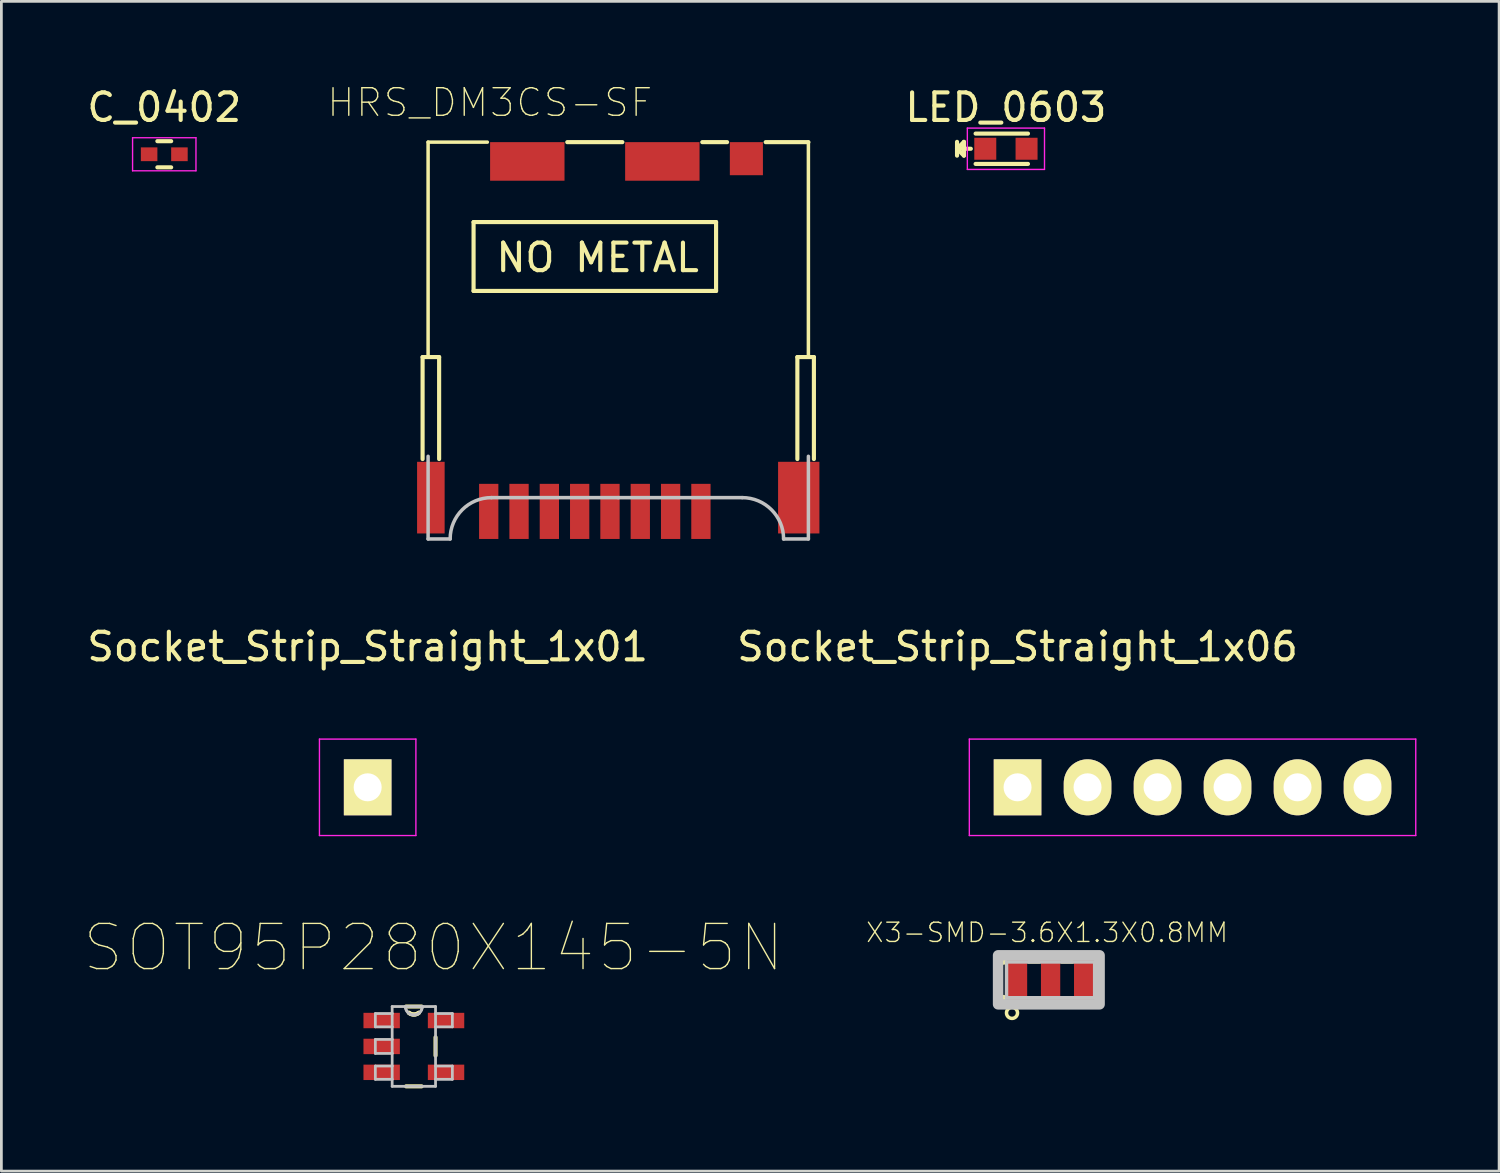
<source format=kicad_pcb>
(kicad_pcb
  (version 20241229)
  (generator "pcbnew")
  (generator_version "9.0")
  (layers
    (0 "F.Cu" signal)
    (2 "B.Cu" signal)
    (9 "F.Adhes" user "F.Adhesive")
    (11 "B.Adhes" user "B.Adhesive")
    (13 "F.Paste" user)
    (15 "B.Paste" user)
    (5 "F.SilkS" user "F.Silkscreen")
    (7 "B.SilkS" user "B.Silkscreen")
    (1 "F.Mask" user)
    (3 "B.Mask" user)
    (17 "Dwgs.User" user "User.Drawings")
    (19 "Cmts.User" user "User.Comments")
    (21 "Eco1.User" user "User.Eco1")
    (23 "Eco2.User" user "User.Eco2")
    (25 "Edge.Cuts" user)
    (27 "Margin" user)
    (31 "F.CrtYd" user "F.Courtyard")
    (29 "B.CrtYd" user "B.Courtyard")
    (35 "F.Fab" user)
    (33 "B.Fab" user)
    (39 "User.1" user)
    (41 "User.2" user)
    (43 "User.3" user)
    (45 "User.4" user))
  (footprint "SOT95P280X145-5N"
    (layer "F.Cu")
    (at 11.968 34.923)
    (property "Reference" "SOT95P280X145-5N" (at 0.711 -3.581 0) (layer "F.SilkS") (effects (font (size 1.64 1.64) (thickness 0.05))))
    (attr smd)
    (fp_line (start -0.279 1.448) (end 0.279 1.448) (stroke (width 0.152) (type solid)) (layer "F.SilkS"))
    (fp_line (start 0.279 -1.448) (end -0.279 -1.448) (stroke (width 0.152) (type solid)) (layer "F.SilkS"))
    (fp_line (start 0.787 0.33) (end 0.787 -0.33) (stroke (width 0.152) (type solid)) (layer "F.SilkS"))
    (fp_arc (start 0.177796 -1.219197) (mid -0.000002 -1.157978) (end -0.1778 -1.2192) (stroke (width 0.1524) (type solid)) (layer "F.SilkS"))
    (fp_arc (start 0.177796 -1.219197) (mid -0.000002 -1.157978) (end -0.1778 -1.2192) (stroke (width 0.1524) (type solid)) (layer "F.SilkS"))
    (fp_line (start -1.397 -1.194) (end -1.397 -0.711) (stroke (width 0.1) (type solid)) (layer "Dwgs.User"))
    (fp_line (start -1.397 -0.711) (end -0.787 -0.711) (stroke (width 0.1) (type solid)) (layer "Dwgs.User"))
    (fp_line (start -1.397 -0.254) (end -1.397 0.254) (stroke (width 0.1) (type solid)) (layer "Dwgs.User"))
    (fp_line (start -1.397 0.254) (end -0.787 0.254) (stroke (width 0.1) (type solid)) (layer "Dwgs.User"))
    (fp_line (start -1.397 0.711) (end -1.397 1.194) (stroke (width 0.1) (type solid)) (layer "Dwgs.User"))
    (fp_line (start -1.397 1.194) (end -0.787 1.194) (stroke (width 0.1) (type solid)) (layer "Dwgs.User"))
    (fp_line (start -0.787 -1.448) (end -0.787 -1.194) (stroke (width 0.1) (type solid)) (layer "Dwgs.User"))
    (fp_line (start -0.787 -1.194) (end -1.397 -1.194) (stroke (width 0.1) (type solid)) (layer "Dwgs.User"))
    (fp_line (start -0.787 -0.711) (end -0.787 -1.194) (stroke (width 0.1) (type solid)) (layer "Dwgs.User"))
    (fp_line (start -0.787 -0.711) (end -0.787 -0.254) (stroke (width 0.1) (type solid)) (layer "Dwgs.User"))
    (fp_line (start -0.787 -0.254) (end -1.397 -0.254) (stroke (width 0.1) (type solid)) (layer "Dwgs.User"))
    (fp_line (start -0.787 0.254) (end -0.787 -0.254) (stroke (width 0.1) (type solid)) (layer "Dwgs.User"))
    (fp_line (start -0.787 0.254) (end -0.787 0.711) (stroke (width 0.1) (type solid)) (layer "Dwgs.User"))
    (fp_line (start -0.787 0.711) (end -1.397 0.711) (stroke (width 0.1) (type solid)) (layer "Dwgs.User"))
    (fp_line (start -0.787 1.194) (end -0.787 0.711) (stroke (width 0.1) (type solid)) (layer "Dwgs.User"))
    (fp_line (start -0.787 1.448) (end -0.787 1.194) (stroke (width 0.1) (type solid)) (layer "Dwgs.User"))
    (fp_line (start -0.787 1.448) (end 0.787 1.448) (stroke (width 0.1) (type solid)) (layer "Dwgs.User"))
    (fp_line (start -0.305 -1.448) (end -0.787 -1.448) (stroke (width 0.1) (type solid)) (layer "Dwgs.User"))
    (fp_line (start 0.305 -1.448) (end -0.305 -1.448) (stroke (width 0.1) (type solid)) (layer "Dwgs.User"))
    (fp_line (start 0.787 -1.448) (end 0.305 -1.448) (stroke (width 0.1) (type solid)) (layer "Dwgs.User"))
    (fp_line (start 0.787 -1.448) (end 0.787 -1.194) (stroke (width 0.1) (type solid)) (layer "Dwgs.User"))
    (fp_line (start 0.787 -1.194) (end 0.787 -0.711) (stroke (width 0.1) (type solid)) (layer "Dwgs.User"))
    (fp_line (start 0.787 -0.711) (end 1.397 -0.711) (stroke (width 0.1) (type solid)) (layer "Dwgs.User"))
    (fp_line (start 0.787 0.711) (end 0.787 -0.711) (stroke (width 0.1) (type solid)) (layer "Dwgs.User"))
    (fp_line (start 0.787 0.711) (end 0.787 1.194) (stroke (width 0.1) (type solid)) (layer "Dwgs.User"))
    (fp_line (start 0.787 1.194) (end 1.397 1.194) (stroke (width 0.1) (type solid)) (layer "Dwgs.User"))
    (fp_line (start 0.787 1.448) (end 0.787 1.194) (stroke (width 0.1) (type solid)) (layer "Dwgs.User"))
    (fp_line (start 1.397 -1.194) (end 0.787 -1.194) (stroke (width 0.1) (type solid)) (layer "Dwgs.User"))
    (fp_line (start 1.397 -0.711) (end 1.397 -1.194) (stroke (width 0.1) (type solid)) (layer "Dwgs.User"))
    (fp_line (start 1.397 0.711) (end 0.787 0.711) (stroke (width 0.1) (type solid)) (layer "Dwgs.User"))
    (fp_line (start 1.397 1.194) (end 1.397 0.711) (stroke (width 0.1) (type solid)) (layer "Dwgs.User"))
    (fp_arc (start 0.3048 -1.4478) (mid 0 -1.143) (end -0.3048 -1.4478) (stroke (width 0.1) (type solid)) (layer "Dwgs.User"))
    (fp_arc (start 0.3048 -1.4478) (mid 0 -1.143) (end -0.3048 -1.4478) (stroke (width 0.1) (type solid)) (layer "Dwgs.User"))
    (pad "1" smd rect (at -1.168 -0.94) (size 1.321 0.559) (layers "F.Cu" "F.Mask" "F.Paste"))
    (pad "2" smd rect (at -1.168 0) (size 1.321 0.559) (layers "F.Cu" "F.Mask" "F.Paste"))
    (pad "3" smd rect (at -1.168 0.94) (size 1.321 0.559) (layers "F.Cu" "F.Mask" "F.Paste"))
    (pad "4" smd rect (at 1.168 0.94) (size 1.321 0.559) (layers "F.Cu" "F.Mask" "F.Paste"))
    (pad "5" smd rect (at 1.168 -0.94) (size 1.321 0.559) (layers "F.Cu" "F.Mask" "F.Paste")))
  (footprint "Socket_Strip_Straight_1x06"
    (layer "F.Cu")
    (at 33.875 25.52)
    (property "Reference" "Socket_Strip_Straight_1x06" (at 0 -5.1 0) (layer "F.SilkS") (effects (font (size 1 1) (thickness 0.15))))
    (attr through_hole)
    (fp_line (start -1.75 -1.75) (end -1.75 1.75) (stroke (width 0.05) (type solid)) (layer "F.CrtYd"))
    (fp_line (start -1.75 -1.75) (end 14.45 -1.75) (stroke (width 0.05) (type solid)) (layer "F.CrtYd"))
    (fp_line (start -1.75 1.75) (end 14.45 1.75) (stroke (width 0.05) (type solid)) (layer "F.CrtYd"))
    (fp_line (start 14.45 -1.75) (end 14.45 1.75) (stroke (width 0.05) (type solid)) (layer "F.CrtYd"))
    (pad "1" thru_hole rect (at 0 0) (size 1.727 2.032) (drill 1.016) (layers "*.Cu" "*.Mask" "F.SilkS"))
    (pad "2" thru_hole oval (at 2.54 0) (size 1.727 2.032) (drill 1.016) (layers "*.Cu" "*.Mask" "F.SilkS"))
    (pad "3" thru_hole oval (at 5.08 0) (size 1.727 2.032) (drill 1.016) (layers "*.Cu" "*.Mask" "F.SilkS"))
    (pad "4" thru_hole oval (at 7.62 0) (size 1.727 2.032) (drill 1.016) (layers "*.Cu" "*.Mask" "F.SilkS"))
    (pad "5" thru_hole oval (at 10.16 0) (size 1.727 2.032) (drill 1.016) (layers "*.Cu" "*.Mask" "F.SilkS"))
    (pad "6" thru_hole oval (at 12.7 0) (size 1.727 2.032) (drill 1.016) (layers "*.Cu" "*.Mask" "F.SilkS")))
  (footprint "HRS_DM3CS-SF"
    (layer "F.Cu")
    (at 22.385 2.108)
    (property "Reference" "HRS_DM3CS-SF" (at -7.66 -1.435 0) (layer "F.SilkS") (effects (font (size 1 1) (thickness 0.05))))
    (attr smd)
    (fp_line (start -10.1 7.8) (end -10.1 11.5) (stroke (width 0.15) (type solid)) (layer "F.SilkS"))
    (fp_line (start -10.1 7.8) (end -9.5 7.8) (stroke (width 0.15) (type solid)) (layer "F.SilkS"))
    (fp_line (start -9.9 0) (end -7.75 0) (stroke (width 0.127) (type solid)) (layer "F.SilkS"))
    (fp_line (start -9.9 7.8) (end -9.9 0) (stroke (width 0.127) (type solid)) (layer "F.SilkS"))
    (fp_line (start -9.5 7.8) (end -9.5 11.5) (stroke (width 0.15) (type solid)) (layer "F.SilkS"))
    (fp_line (start -8.25 2.9) (end -8.25 5.4) (stroke (width 0.15) (type solid)) (layer "F.SilkS"))
    (fp_line (start -8.25 2.9) (end 0.55 2.9) (stroke (width 0.15) (type solid)) (layer "F.SilkS"))
    (fp_line (start -8.25 5.4) (end 0.55 5.4) (stroke (width 0.15) (type solid)) (layer "F.SilkS"))
    (fp_line (start -4.85 0) (end -2.85 0) (stroke (width 0.15) (type solid)) (layer "F.SilkS"))
    (fp_line (start 0.05 0) (end 0.95 0) (stroke (width 0.15) (type solid)) (layer "F.SilkS"))
    (fp_line (start 0.55 2.9) (end 0.55 5.4) (stroke (width 0.15) (type solid)) (layer "F.SilkS"))
    (fp_line (start 2.35 0) (end 3.9 0) (stroke (width 0.15) (type solid)) (layer "F.SilkS"))
    (fp_line (start 3.5 7.8) (end 3.5 11.5) (stroke (width 0.15) (type solid)) (layer "F.SilkS"))
    (fp_line (start 3.5 7.8) (end 4.1 7.8) (stroke (width 0.15) (type solid)) (layer "F.SilkS"))
    (fp_line (start 3.9 0) (end 3.9 7.8) (stroke (width 0.127) (type solid)) (layer "F.SilkS"))
    (fp_line (start 4.1 7.8) (end 4.1 11.5) (stroke (width 0.15) (type solid)) (layer "F.SilkS"))
    (fp_line (start -9.9 14.4) (end -9.9 11.4) (stroke (width 0.127) (type solid)) (layer "Dwgs.User"))
    (fp_line (start -9.1 14.4) (end -9.9 14.4) (stroke (width 0.127) (type solid)) (layer "Dwgs.User"))
    (fp_line (start -3 12.9) (end -7.6 12.9) (stroke (width 0.127) (type solid)) (layer "Dwgs.User"))
    (fp_line (start 1.5 12.9) (end -3 12.9) (stroke (width 0.127) (type solid)) (layer "Dwgs.User"))
    (fp_line (start 3.9 11.4) (end 3.9 14.4) (stroke (width 0.127) (type solid)) (layer "Dwgs.User"))
    (fp_line (start 3.9 14.4) (end 3 14.4) (stroke (width 0.127) (type solid)) (layer "Dwgs.User"))
    (fp_arc (start -9.1 14.4) (mid -8.66066 13.33934) (end -7.6 12.9) (stroke (width 0.127) (type solid)) (layer "Dwgs.User"))
    (fp_arc (start 1.5 12.9) (mid 2.56066 13.33934) (end 3 14.4) (stroke (width 0.127) (type solid)) (layer "Dwgs.User"))
    (fp_text user "NO METAL" (at -3.747 4.191 0) (layer "F.SilkS") (effects (font (size 1 1) (thickness 0.15))))
    (pad "1" smd rect (at 0 13.4) (size 0.7 2) (layers "F.Cu" "F.Mask" "F.Paste"))
    (pad "2" smd rect (at -1.1 13.4) (size 0.7 2) (layers "F.Cu" "F.Mask" "F.Paste"))
    (pad "3" smd rect (at -2.2 13.4) (size 0.7 2) (layers "F.Cu" "F.Mask" "F.Paste"))
    (pad "4" smd rect (at -3.3 13.4) (size 0.7 2) (layers "F.Cu" "F.Mask" "F.Paste"))
    (pad "5" smd rect (at -4.4 13.4) (size 0.7 2) (layers "F.Cu" "F.Mask" "F.Paste"))
    (pad "6" smd rect (at -5.5 13.4) (size 0.7 2) (layers "F.Cu" "F.Mask" "F.Paste"))
    (pad "7" smd rect (at -6.6 13.4) (size 0.7 2) (layers "F.Cu" "F.Mask" "F.Paste"))
    (pad "8" smd rect (at -7.7 13.4) (size 0.7 2) (layers "F.Cu" "F.Mask" "F.Paste"))
    (pad "9" smd rect (at 1.65 0.6) (size 1.2 1.2) (layers "F.Cu" "F.Mask" "F.Paste"))
    (pad "PAD1" smd rect (at 3.55 12.9) (size 1.5 2.6) (layers "F.Cu" "F.Mask" "F.Paste"))
    (pad "PAD2" smd rect (at -9.8 12.9) (size 1 2.6) (layers "F.Cu" "F.Mask" "F.Paste"))
    (pad "PAD3" smd rect (at -6.3 0.7) (size 2.7 1.4) (layers "F.Cu" "F.Mask" "F.Paste"))
    (pad "PAD4" smd rect (at -1.4 0.7) (size 2.7 1.4) (layers "F.Cu" "F.Mask" "F.Paste")))
  (footprint "Socket_Strip_Straight_1x01"
    (layer "F.Cu")
    (at 10.292 25.52)
    (property "Reference" "Socket_Strip_Straight_1x01" (at 0 -5.1 0) (layer "F.SilkS") (effects (font (size 1 1) (thickness 0.15))))
    (attr through_hole)
    (fp_line (start -1.75 -1.75) (end -1.75 1.75) (stroke (width 0.05) (type solid)) (layer "F.CrtYd"))
    (fp_line (start -1.75 -1.75) (end 1.75 -1.75) (stroke (width 0.05) (type solid)) (layer "F.CrtYd"))
    (fp_line (start -1.75 1.75) (end 1.75 1.75) (stroke (width 0.05) (type solid)) (layer "F.CrtYd"))
    (fp_line (start 1.75 -1.75) (end 1.75 1.75) (stroke (width 0.05) (type solid)) (layer "F.CrtYd"))
    (pad "1" thru_hole rect (at 0 0) (size 1.727 2.032) (drill 1.016) (layers "*.Cu" "*.Mask" "F.SilkS")))
  (footprint "X3-SMD-3.6X1.3X0.8MM"
    (layer "F.Cu")
    (at 35.074 32.506)
    (property "Reference" "X3-SMD-3.6X1.3X0.8MM" (at -0.127 -1.714 0) (layer "F.SilkS") (effects (font (size 0.7 0.7) (thickness 0.05))))
    (attr smd)
    (fp_line (start -1.85 -0.65) (end -1.7 -0.65) (stroke (width 0.203) (type solid)) (layer "F.SilkS"))
    (fp_line (start -1.85 0.65) (end -1.85 -0.65) (stroke (width 0.203) (type solid)) (layer "F.SilkS"))
    (fp_line (start -1.7 0.65) (end -1.85 0.65) (stroke (width 0.203) (type solid)) (layer "F.SilkS"))
    (fp_line (start -0.8 -0.65) (end -0.4 -0.65) (stroke (width 0.127) (type solid)) (layer "F.SilkS"))
    (fp_line (start -0.8 0.65) (end -0.4 0.65) (stroke (width 0.127) (type solid)) (layer "F.SilkS"))
    (fp_line (start 0.4 -0.65) (end 0.8 -0.65) (stroke (width 0.127) (type solid)) (layer "F.SilkS"))
    (fp_line (start 0.4 0.65) (end 0.8 0.65) (stroke (width 0.127) (type solid)) (layer "F.SilkS"))
    (fp_line (start 1.7 -0.65) (end 1.8 -0.65) (stroke (width 0.203) (type solid)) (layer "F.SilkS"))
    (fp_line (start 1.8 -0.65) (end 1.8 0.65) (stroke (width 0.203) (type solid)) (layer "F.SilkS"))
    (fp_line (start 1.8 0.65) (end 1.7 0.65) (stroke (width 0.203) (type solid)) (layer "F.SilkS"))
    (fp_circle (center -1.4 1.2) (end -1.2 1.2) (stroke (width 0.127) (type solid)) (fill no) (layer "F.SilkS"))
    (fp_line (start -1.6 -0.65) (end 1.6 -0.65) (stroke (width 0.127) (type solid)) (layer "Dwgs.User"))
    (fp_line (start -1.6 0.65) (end -1.6 -0.65) (stroke (width 0.127) (type solid)) (layer "Dwgs.User"))
    (fp_line (start 1.6 -0.65) (end 1.6 0.65) (stroke (width 0.127) (type solid)) (layer "Dwgs.User"))
    (fp_line (start 1.6 0.65) (end -1.6 0.65) (stroke (width 0.127) (type solid)) (layer "Dwgs.User"))
    (fp_poly (pts (xy -1.905 -0.889) (xy 1.778 -0.889) (xy 1.778 0.889) (xy -1.905 0.889)) (stroke (width 0.381) (type solid)) (fill no) (layer "Dwgs.User"))
    (pad "1" smd rect (at -1.2 0) (size 0.7 1.7) (layers "F.Cu" "F.Mask" "F.Paste"))
    (pad "2" smd rect (at 0 0) (size 0.7 1.7) (layers "F.Cu" "F.Mask" "F.Paste"))
    (pad "3" smd rect (at 1.2 0) (size 0.7 1.7) (layers "F.Cu" "F.Mask" "F.Paste")))
  (footprint "LED_0603"
    (layer "F.Cu")
    (at 33.453 2.348)
    (property "Reference" "LED_0603" (at 0 -1.5 0) (layer "F.SilkS") (effects (font (size 1 1) (thickness 0.15))))
    (attr smd)
    (fp_line (start -1.774 -0.25) (end -1.774 0.25) (stroke (width 0.15) (type solid)) (layer "F.SilkS"))
    (fp_line (start -1.774 0) (end -1.524 -0.25) (stroke (width 0.15) (type solid)) (layer "F.SilkS"))
    (fp_line (start -1.724 0) (end -1.274 0) (stroke (width 0.15) (type solid)) (layer "F.SilkS"))
    (fp_line (start -1.524 -0.25) (end -1.524 0.25) (stroke (width 0.15) (type solid)) (layer "F.SilkS"))
    (fp_line (start -1.524 0.25) (end -1.774 0) (stroke (width 0.15) (type solid)) (layer "F.SilkS"))
    (fp_line (start -1.1 -0.55) (end 0.8 -0.55) (stroke (width 0.15) (type solid)) (layer "F.SilkS"))
    (fp_line (start -1.1 0.55) (end 0.8 0.55) (stroke (width 0.15) (type solid)) (layer "F.SilkS"))
    (fp_line (start -1.4 -0.75) (end 1.4 -0.75) (stroke (width 0.05) (type solid)) (layer "F.CrtYd"))
    (fp_line (start -1.4 0.75) (end -1.4 -0.75) (stroke (width 0.05) (type solid)) (layer "F.CrtYd"))
    (fp_line (start 1.4 -0.75) (end 1.4 0.75) (stroke (width 0.05) (type solid)) (layer "F.CrtYd"))
    (fp_line (start 1.4 0.75) (end -1.4 0.75) (stroke (width 0.05) (type solid)) (layer "F.CrtYd"))
    (pad "1" smd rect (at -0.749 0 180) (size 0.798 0.798) (layers "F.Cu" "F.Mask" "F.Paste"))
    (pad "2" smd rect (at 0.749 0 180) (size 0.798 0.798) (layers "F.Cu" "F.Mask" "F.Paste")))
  (footprint "C_0402"
    (layer "F.Cu")
    (at 2.911 2.548)
    (property "Reference" "C_0402" (at 0 -1.7 0) (layer "F.SilkS") (effects (font (size 1 1) (thickness 0.15))))
    (attr smd)
    (fp_line (start -0.25 0.475) (end 0.25 0.475) (stroke (width 0.15) (type solid)) (layer "F.SilkS"))
    (fp_line (start 0.25 -0.475) (end -0.25 -0.475) (stroke (width 0.15) (type solid)) (layer "F.SilkS"))
    (fp_line (start -1.15 -0.6) (end -1.15 0.6) (stroke (width 0.05) (type solid)) (layer "F.CrtYd"))
    (fp_line (start -1.15 -0.6) (end 1.15 -0.6) (stroke (width 0.05) (type solid)) (layer "F.CrtYd"))
    (fp_line (start -1.15 0.6) (end 1.15 0.6) (stroke (width 0.05) (type solid)) (layer "F.CrtYd"))
    (fp_line (start 1.15 -0.6) (end 1.15 0.6) (stroke (width 0.05) (type solid)) (layer "F.CrtYd"))
    (pad "1" smd rect (at -0.55 0) (size 0.6 0.5) (layers "F.Cu" "F.Mask" "F.Paste"))
    (pad "2" smd rect (at 0.55 0) (size 0.6 0.5) (layers "F.Cu" "F.Mask" "F.Paste")))
  (gr_rect
    (start -3 -3)
    (end 51.35 39.447)
    (stroke (width 0.1) (type default))
    (fill no)
    (layer "Edge.Cuts")))
</source>
